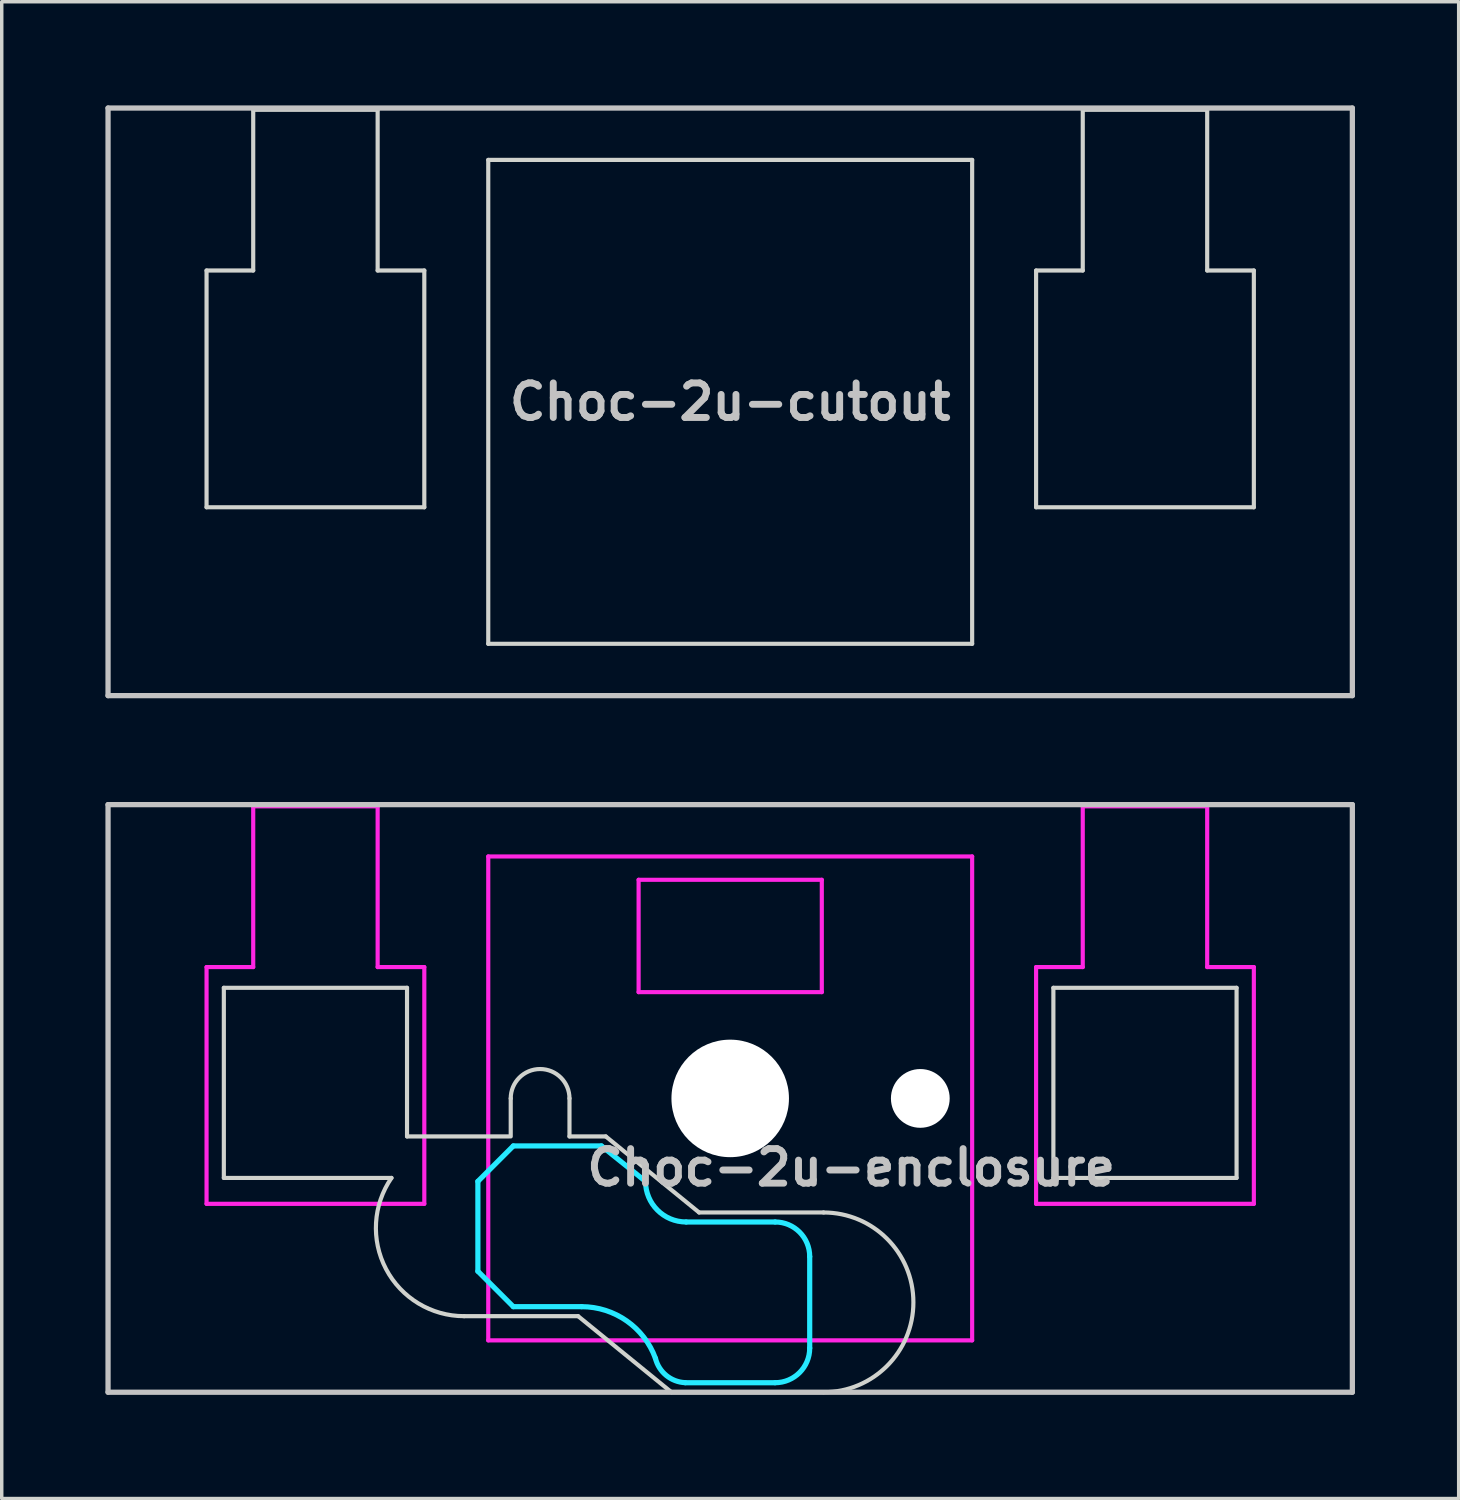
<source format=kicad_pcb>
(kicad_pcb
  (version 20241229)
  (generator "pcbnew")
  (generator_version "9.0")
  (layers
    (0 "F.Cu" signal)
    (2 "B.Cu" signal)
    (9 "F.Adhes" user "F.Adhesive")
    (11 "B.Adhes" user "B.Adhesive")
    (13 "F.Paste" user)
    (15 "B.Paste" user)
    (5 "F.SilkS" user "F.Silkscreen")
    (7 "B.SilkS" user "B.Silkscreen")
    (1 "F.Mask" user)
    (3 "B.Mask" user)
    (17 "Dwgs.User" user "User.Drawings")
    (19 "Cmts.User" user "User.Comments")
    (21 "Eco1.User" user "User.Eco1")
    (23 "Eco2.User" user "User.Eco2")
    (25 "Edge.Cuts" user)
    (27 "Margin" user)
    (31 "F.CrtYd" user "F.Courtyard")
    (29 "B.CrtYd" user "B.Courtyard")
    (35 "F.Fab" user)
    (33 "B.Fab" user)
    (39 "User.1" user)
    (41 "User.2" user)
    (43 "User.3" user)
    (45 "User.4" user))
  (footprint "Choc-2u-cutout"
    (layer "F.Cu")
    (at 18.076 8.576)
    (property "Reference" "Choc-2u-cutout" (at 0 0 180) (layer "Dwgs.User") (effects (font (size 1 1) (thickness 0.2))))
    (attr through_hole)
    (fp_line (start -18 -8.5) (end 18 -8.5) (stroke (width 0.152) (type solid)) (layer "Dwgs.User"))
    (fp_line (start -18 8.5) (end -18 -8.5) (stroke (width 0.152) (type solid)) (layer "Dwgs.User"))
    (fp_line (start 18 -8.5) (end 18 8.5) (stroke (width 0.152) (type solid)) (layer "Dwgs.User"))
    (fp_line (start 18 8.5) (end -18 8.5) (stroke (width 0.152) (type solid)) (layer "Dwgs.User"))
    (fp_line (start -15.15 -3.8) (end -13.8 -3.8) (stroke (width 0.12) (type solid)) (layer "Edge.Cuts"))
    (fp_line (start -15.15 3.05) (end -15.15 -3.8) (stroke (width 0.12) (type solid)) (layer "Edge.Cuts"))
    (fp_line (start -15.15 3.05) (end -8.85 3.05) (stroke (width 0.12) (type solid)) (layer "Edge.Cuts"))
    (fp_line (start -13.8 -8.45) (end -13.8 -3.8) (stroke (width 0.12) (type solid)) (layer "Edge.Cuts"))
    (fp_line (start -13.8 -8.45) (end -10.2 -8.45) (stroke (width 0.12) (type solid)) (layer "Edge.Cuts"))
    (fp_line (start -10.2 -8.45) (end -10.2 -3.8) (stroke (width 0.12) (type solid)) (layer "Edge.Cuts"))
    (fp_line (start -10.2 -3.8) (end -8.85 -3.8) (stroke (width 0.12) (type solid)) (layer "Edge.Cuts"))
    (fp_line (start -8.85 3.05) (end -8.85 -3.8) (stroke (width 0.12) (type solid)) (layer "Edge.Cuts"))
    (fp_line (start -7 -7) (end -7 7) (stroke (width 0.12) (type solid)) (layer "Edge.Cuts"))
    (fp_line (start -7 7) (end 7 7) (stroke (width 0.12) (type solid)) (layer "Edge.Cuts"))
    (fp_line (start 7 -7) (end -7 -7) (stroke (width 0.12) (type solid)) (layer "Edge.Cuts"))
    (fp_line (start 7 7) (end 7 -7) (stroke (width 0.12) (type solid)) (layer "Edge.Cuts"))
    (fp_line (start 8.85 -3.8) (end 10.2 -3.8) (stroke (width 0.12) (type solid)) (layer "Edge.Cuts"))
    (fp_line (start 8.85 3.05) (end 8.85 -3.8) (stroke (width 0.12) (type solid)) (layer "Edge.Cuts"))
    (fp_line (start 8.85 3.05) (end 15.15 3.05) (stroke (width 0.12) (type solid)) (layer "Edge.Cuts"))
    (fp_line (start 10.2 -8.45) (end 10.2 -3.8) (stroke (width 0.12) (type solid)) (layer "Edge.Cuts"))
    (fp_line (start 10.2 -8.45) (end 13.8 -8.45) (stroke (width 0.12) (type solid)) (layer "Edge.Cuts"))
    (fp_line (start 13.8 -8.45) (end 13.8 -3.8) (stroke (width 0.12) (type solid)) (layer "Edge.Cuts"))
    (fp_line (start 13.8 -3.8) (end 15.15 -3.8) (stroke (width 0.12) (type solid)) (layer "Edge.Cuts"))
    (fp_line (start 15.15 3.05) (end 15.15 -3.8) (stroke (width 0.12) (type solid)) (layer "Edge.Cuts")))
  (footprint "Choc-2u-enclosure"
    (layer "F.Cu")
    (at 18.076 28.729)
    (property "Reference" "Choc-2u-enclosure" (at 3.5 2 180) (layer "Dwgs.User") (effects (font (size 1 1) (thickness 0.2))))
    (attr smd)
    (fp_line (start -18 -8.5) (end 18 -8.5) (stroke (width 0.152) (type solid)) (layer "Dwgs.User"))
    (fp_line (start -18 8.5) (end -18 -8.5) (stroke (width 0.152) (type solid)) (layer "Dwgs.User"))
    (fp_line (start 18 -8.5) (end 18 8.5) (stroke (width 0.152) (type solid)) (layer "Dwgs.User"))
    (fp_line (start 18 8.5) (end -18 8.5) (stroke (width 0.152) (type solid)) (layer "Dwgs.User"))
    (fp_line (start -14.65 -3.2) (end -14.65 2.3) (stroke (width 0.12) (type solid)) (layer "Edge.Cuts"))
    (fp_line (start -14.65 -3.2) (end -9.35 -3.2) (stroke (width 0.12) (type solid)) (layer "Edge.Cuts"))
    (fp_line (start -14.65 2.3) (end -9.8 2.3) (stroke (width 0.12) (type solid)) (layer "Edge.Cuts"))
    (fp_line (start -9.35 1.1) (end -9.35 -3.2) (stroke (width 0.12) (type solid)) (layer "Edge.Cuts"))
    (fp_line (start -6.4 1.1) (end -9.35 1.1) (stroke (width 0.12) (type solid)) (layer "Edge.Cuts"))
    (fp_line (start -6.35 0) (end -6.35 1.1) (stroke (width 0.12) (type solid)) (layer "Edge.Cuts"))
    (fp_line (start -4.65 0) (end -4.65 1.1) (stroke (width 0.12) (type solid)) (layer "Edge.Cuts"))
    (fp_line (start -4.65 1.1) (end -3.6 1.1) (stroke (width 0.12) (type solid)) (layer "Edge.Cuts"))
    (fp_line (start -4.4 6.3) (end -7.7 6.3) (stroke (width 0.12) (type solid)) (layer "Edge.Cuts"))
    (fp_line (start -1.7 8.5) (end -4.4 6.3) (stroke (width 0.12) (type solid)) (layer "Edge.Cuts"))
    (fp_line (start -1.7 8.5) (end 2.7 8.5) (stroke (width 0.12) (type solid)) (layer "Edge.Cuts"))
    (fp_line (start -0.9 3.3) (end -3.6 1.1) (stroke (width 0.12) (type solid)) (layer "Edge.Cuts"))
    (fp_line (start -0.9 3.3) (end 2.7 3.3) (stroke (width 0.12) (type solid)) (layer "Edge.Cuts"))
    (fp_line (start 9.35 -3.2) (end 9.35 2.3) (stroke (width 0.12) (type solid)) (layer "Edge.Cuts"))
    (fp_line (start 9.35 -3.2) (end 14.65 -3.2) (stroke (width 0.12) (type solid)) (layer "Edge.Cuts"))
    (fp_line (start 9.35 2.3) (end 14.65 2.3) (stroke (width 0.12) (type solid)) (layer "Edge.Cuts"))
    (fp_line (start 14.65 2.3) (end 14.65 -3.2) (stroke (width 0.12) (type solid)) (layer "Edge.Cuts"))
    (fp_arc (start -7.7 6.3) (mid -9.958274 4.934344) (end -9.8 2.3) (stroke (width 0.12) (type solid)) (layer "Edge.Cuts"))
    (fp_arc (start -6.35 0) (mid -5.5 -0.85) (end -4.65 0) (stroke (width 0.12) (type solid)) (layer "Edge.Cuts"))
    (fp_arc (start 2.7 3.3) (mid 5.3 5.9) (end 2.7 8.5) (stroke (width 0.12) (type solid)) (layer "Edge.Cuts"))
    (fp_line (start -7.3 2.4) (end -7.3 5) (stroke (width 0.15) (type solid)) (layer "B.CrtYd"))
    (fp_line (start -7.3 2.4) (end -6.275 1.375) (stroke (width 0.15) (type solid)) (layer "B.CrtYd"))
    (fp_line (start -7.3 5) (end -6.275 6.025) (stroke (width 0.15) (type solid)) (layer "B.CrtYd"))
    (fp_line (start -4.3 6.025) (end -6.275 6.025) (stroke (width 0.15) (type solid)) (layer "B.CrtYd"))
    (fp_line (start -3.725 1.375) (end -6.275 1.375) (stroke (width 0.15) (type solid)) (layer "B.CrtYd"))
    (fp_line (start -3.725 1.375) (end -2.45 2.4) (stroke (width 0.15) (type solid)) (layer "B.CrtYd"))
    (fp_line (start 1.3 3.575) (end -1.275 3.575) (stroke (width 0.15) (type solid)) (layer "B.CrtYd"))
    (fp_line (start 1.3 8.225) (end -1.3 8.225) (stroke (width 0.15) (type solid)) (layer "B.CrtYd"))
    (fp_line (start 2.3 4.575) (end 2.3 7.225) (stroke (width 0.15) (type solid)) (layer "B.CrtYd"))
    (fp_arc (start -4.3 6.025) (mid -2.995114 6.436429) (end -2.162199 7.521904) (stroke (width 0.15) (type solid)) (layer "B.CrtYd"))
    (fp_arc (start -1.300995 8.223791) (mid -1.848284 8.016021) (end -2.162199 7.521904) (stroke (width 0.15) (type solid)) (layer "B.CrtYd"))
    (fp_arc (start -1.275 3.575) (mid -2.10585 3.23085) (end -2.45 2.4) (stroke (width 0.15) (type solid)) (layer "B.CrtYd"))
    (fp_arc (start 1.3 3.575) (mid 2.007107 3.867893) (end 2.3 4.575) (stroke (width 0.15) (type solid)) (layer "B.CrtYd"))
    (fp_arc (start 2.3 7.225) (mid 2.007107 7.932107) (end 1.3 8.225) (stroke (width 0.15) (type solid)) (layer "B.CrtYd"))
    (fp_line (start -15.15 -3.8) (end -13.8 -3.8) (stroke (width 0.12) (type solid)) (layer "F.CrtYd"))
    (fp_line (start -15.15 3.05) (end -15.15 -3.8) (stroke (width 0.12) (type solid)) (layer "F.CrtYd"))
    (fp_line (start -15.15 3.05) (end -8.85 3.05) (stroke (width 0.12) (type solid)) (layer "F.CrtYd"))
    (fp_line (start -13.8 -8.45) (end -13.8 -3.8) (stroke (width 0.12) (type solid)) (layer "F.CrtYd"))
    (fp_line (start -13.8 -8.45) (end -10.2 -8.45) (stroke (width 0.12) (type solid)) (layer "F.CrtYd"))
    (fp_line (start -10.2 -8.45) (end -10.2 -3.8) (stroke (width 0.12) (type solid)) (layer "F.CrtYd"))
    (fp_line (start -10.2 -3.8) (end -8.85 -3.8) (stroke (width 0.12) (type solid)) (layer "F.CrtYd"))
    (fp_line (start -8.85 3.05) (end -8.85 -3.8) (stroke (width 0.12) (type solid)) (layer "F.CrtYd"))
    (fp_line (start -7 -7) (end -7 7) (stroke (width 0.12) (type solid)) (layer "F.CrtYd"))
    (fp_line (start -7 7) (end 7 7) (stroke (width 0.12) (type solid)) (layer "F.CrtYd"))
    (fp_line (start -2.65 -6.325) (end 2.65 -6.325) (stroke (width 0.12) (type solid)) (layer "F.CrtYd"))
    (fp_line (start -2.65 -3.075) (end -2.65 -6.325) (stroke (width 0.12) (type solid)) (layer "F.CrtYd"))
    (fp_line (start 2.65 -6.325) (end 2.65 -3.075) (stroke (width 0.12) (type solid)) (layer "F.CrtYd"))
    (fp_line (start 2.65 -3.075) (end -2.65 -3.075) (stroke (width 0.12) (type solid)) (layer "F.CrtYd"))
    (fp_line (start 7 -7) (end -7 -7) (stroke (width 0.12) (type solid)) (layer "F.CrtYd"))
    (fp_line (start 7 7) (end 7 -7) (stroke (width 0.12) (type solid)) (layer "F.CrtYd"))
    (fp_line (start 8.85 -3.8) (end 10.2 -3.8) (stroke (width 0.12) (type solid)) (layer "F.CrtYd"))
    (fp_line (start 8.85 3.05) (end 8.85 -3.8) (stroke (width 0.12) (type solid)) (layer "F.CrtYd"))
    (fp_line (start 8.85 3.05) (end 15.15 3.05) (stroke (width 0.12) (type solid)) (layer "F.CrtYd"))
    (fp_line (start 10.2 -8.45) (end 10.2 -3.8) (stroke (width 0.12) (type solid)) (layer "F.CrtYd"))
    (fp_line (start 10.2 -8.45) (end 13.8 -8.45) (stroke (width 0.12) (type solid)) (layer "F.CrtYd"))
    (fp_line (start 13.8 -8.45) (end 13.8 -3.8) (stroke (width 0.12) (type solid)) (layer "F.CrtYd"))
    (fp_line (start 13.8 -3.8) (end 15.15 -3.8) (stroke (width 0.12) (type solid)) (layer "F.CrtYd"))
    (fp_line (start 15.15 3.05) (end 15.15 -3.8) (stroke (width 0.12) (type solid)) (layer "F.CrtYd"))
    (pad "" np_thru_hole circle (at 0 0 90) (size 3.4 3.4) (drill 3.4) (layers "*.Cu" "*.Mask"))
    (pad "" np_thru_hole circle (at 5.5 0 180) (size 1.7 1.7) (drill 1.7) (layers "*.Cu" "*.Mask")))
  (gr_rect
    (start -3 -3)
    (end 39.152 40.305)
    (stroke (width 0.1) (type default))
    (fill no)
    (layer "Edge.Cuts")))
</source>
